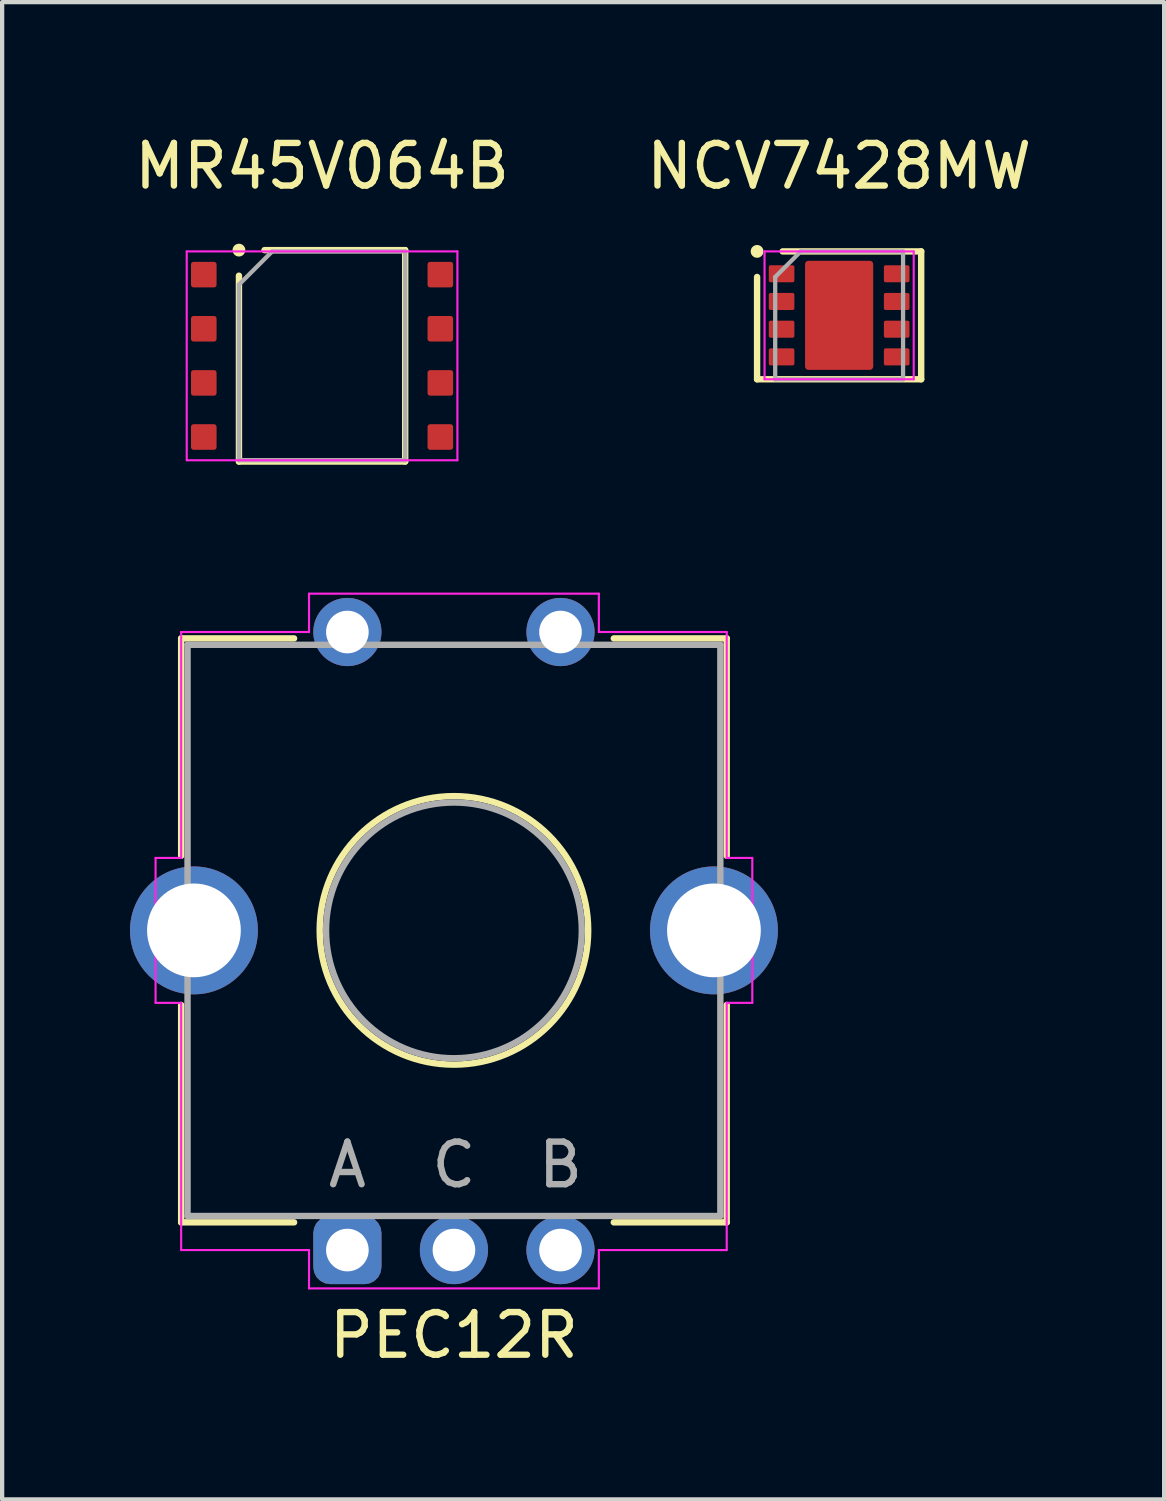
<source format=kicad_pcb>
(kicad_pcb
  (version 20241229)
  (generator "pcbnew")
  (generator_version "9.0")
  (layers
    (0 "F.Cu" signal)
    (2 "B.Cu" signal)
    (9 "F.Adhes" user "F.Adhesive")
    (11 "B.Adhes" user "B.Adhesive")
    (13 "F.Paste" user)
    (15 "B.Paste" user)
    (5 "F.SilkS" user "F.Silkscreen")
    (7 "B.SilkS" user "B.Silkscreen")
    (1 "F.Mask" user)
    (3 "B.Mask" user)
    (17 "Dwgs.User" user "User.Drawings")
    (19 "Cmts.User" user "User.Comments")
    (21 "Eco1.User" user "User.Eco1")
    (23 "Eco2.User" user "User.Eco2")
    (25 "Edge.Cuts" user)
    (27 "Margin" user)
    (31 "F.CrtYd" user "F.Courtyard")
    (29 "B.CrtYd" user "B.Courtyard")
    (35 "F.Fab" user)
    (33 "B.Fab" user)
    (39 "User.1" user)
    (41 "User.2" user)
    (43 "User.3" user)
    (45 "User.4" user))
  (footprint "NCV7428MW"
    (layer "F.Cu")
    (at 16.637 4.348)
    (property "Reference" "NCV7428MW" (at 0 -3.5 0) (layer "F.SilkS") (effects (font (size 1 1) (thickness 0.15))))
    (attr through_hole)
    (fp_line (start -1.925 -1.5) (end -1.925 -1.5) (stroke (width 0.3) (type solid)) (layer "F.SilkS"))
    (fp_line (start -1.925 1.5) (end -1.925 -0.9) (stroke (width 0.15) (type solid)) (layer "F.SilkS"))
    (fp_line (start -1.325 -1.5) (end 1.925 -1.5) (stroke (width 0.15) (type solid)) (layer "F.SilkS"))
    (fp_line (start 1.925 -1.5) (end 1.925 1.5) (stroke (width 0.15) (type solid)) (layer "F.SilkS"))
    (fp_line (start 1.925 1.5) (end -1.925 1.5) (stroke (width 0.15) (type solid)) (layer "F.SilkS"))
    (fp_line (start -1.75 -1.5) (end 1.75 -1.5) (stroke (width 0.05) (type solid)) (layer "F.CrtYd"))
    (fp_line (start -1.75 1.5) (end -1.75 -1.5) (stroke (width 0.05) (type solid)) (layer "F.CrtYd"))
    (fp_line (start 1.75 -1.5) (end 1.75 1.5) (stroke (width 0.05) (type solid)) (layer "F.CrtYd"))
    (fp_line (start 1.75 1.5) (end -1.75 1.5) (stroke (width 0.05) (type solid)) (layer "F.CrtYd"))
    (fp_line (start -1.5 -0.9) (end -0.9 -1.5) (stroke (width 0.1) (type solid)) (layer "F.Fab"))
    (fp_line (start -1.5 1.5) (end -1.5 -0.9) (stroke (width 0.1) (type solid)) (layer "F.Fab"))
    (fp_line (start -0.9 -1.5) (end 1.5 -1.5) (stroke (width 0.1) (type solid)) (layer "F.Fab"))
    (fp_line (start 1.5 -1.5) (end 1.5 1.5) (stroke (width 0.1) (type solid)) (layer "F.Fab"))
    (fp_line (start 1.5 1.5) (end -1.5 1.5) (stroke (width 0.1) (type solid)) (layer "F.Fab"))
    (pad "" smd roundrect (at 0 -0.64) (size 1.3 0.98) (layers "F.Paste") (roundrect_rratio 0.25))
    (pad "" smd roundrect (at 0 0.64) (size 1.3 0.98) (layers "F.Paste") (roundrect_rratio 0.25))
    (pad "1" smd roundrect (at -1.35 -0.975) (size 0.6 0.4) (layers "F.Cu" "F.Mask" "F.Paste") (roundrect_rratio 0.1))
    (pad "2" smd roundrect (at -1.35 -0.325) (size 0.6 0.4) (layers "F.Cu" "F.Mask" "F.Paste") (roundrect_rratio 0.1))
    (pad "3" smd roundrect (at -1.35 0.325) (size 0.6 0.4) (layers "F.Cu" "F.Mask" "F.Paste") (roundrect_rratio 0.1))
    (pad "4" smd roundrect (at -1.35 0.975) (size 0.6 0.4) (layers "F.Cu" "F.Mask" "F.Paste") (roundrect_rratio 0.1))
    (pad "5" smd roundrect (at 1.35 0.975) (size 0.6 0.4) (layers "F.Cu" "F.Mask" "F.Paste") (roundrect_rratio 0.1))
    (pad "6" smd roundrect (at 1.35 0.325) (size 0.6 0.4) (layers "F.Cu" "F.Mask" "F.Paste") (roundrect_rratio 0.1))
    (pad "7" smd roundrect (at 1.35 -0.325) (size 0.6 0.4) (layers "F.Cu" "F.Mask" "F.Paste") (roundrect_rratio 0.1))
    (pad "8" smd roundrect (at 1.35 -0.975) (size 0.6 0.4) (layers "F.Cu" "F.Mask" "F.Paste") (roundrect_rratio 0.1))
    (pad "9" smd roundrect (at 0 0) (size 1.6 2.56) (layers "F.Cu" "F.Mask") (roundrect_rratio 0.05)))
  (footprint "MR45V064B"
    (layer "F.Cu")
    (at 4.506 5.298)
    (property "Reference" "MR45V064B" (at 0 -4.45 0) (layer "F.SilkS") (effects (font (size 1 1) (thickness 0.15))))
    (attr through_hole)
    (fp_line (start -1.95 -2.48) (end -1.95 -2.48) (stroke (width 0.3) (type solid)) (layer "F.SilkS"))
    (fp_line (start -1.95 2.48) (end -1.95 -1.88) (stroke (width 0.15) (type solid)) (layer "F.SilkS"))
    (fp_line (start -1.35 -2.48) (end 1.95 -2.48) (stroke (width 0.15) (type solid)) (layer "F.SilkS"))
    (fp_line (start 1.95 -2.48) (end 1.95 2.48) (stroke (width 0.15) (type solid)) (layer "F.SilkS"))
    (fp_line (start 1.95 2.48) (end -1.95 2.48) (stroke (width 0.15) (type solid)) (layer "F.SilkS"))
    (fp_line (start -3.175 -2.45) (end 3.175 -2.45) (stroke (width 0.05) (type solid)) (layer "F.CrtYd"))
    (fp_line (start -3.175 2.45) (end -3.175 -2.45) (stroke (width 0.05) (type solid)) (layer "F.CrtYd"))
    (fp_line (start 3.175 -2.45) (end 3.175 2.45) (stroke (width 0.05) (type solid)) (layer "F.CrtYd"))
    (fp_line (start 3.175 2.45) (end -3.175 2.45) (stroke (width 0.05) (type solid)) (layer "F.CrtYd"))
    (fp_line (start -1.95 -1.67) (end -1.17 -2.45) (stroke (width 0.1) (type solid)) (layer "F.Fab"))
    (fp_line (start -1.95 2.45) (end -1.95 -1.67) (stroke (width 0.1) (type solid)) (layer "F.Fab"))
    (fp_line (start -1.17 -2.45) (end 1.95 -2.45) (stroke (width 0.1) (type solid)) (layer "F.Fab"))
    (fp_line (start 1.95 -2.45) (end 1.95 2.45) (stroke (width 0.1) (type solid)) (layer "F.Fab"))
    (fp_line (start 1.95 2.45) (end -1.95 2.45) (stroke (width 0.1) (type solid)) (layer "F.Fab"))
    (pad "1" smd roundrect (at -2.775 -1.905) (size 0.6 0.6) (layers "F.Cu" "F.Mask" "F.Paste") (roundrect_rratio 0.1))
    (pad "2" smd roundrect (at -2.775 -0.635) (size 0.6 0.6) (layers "F.Cu" "F.Mask" "F.Paste") (roundrect_rratio 0.1))
    (pad "3" smd roundrect (at -2.775 0.635) (size 0.6 0.6) (layers "F.Cu" "F.Mask" "F.Paste") (roundrect_rratio 0.1))
    (pad "4" smd roundrect (at -2.775 1.905) (size 0.6 0.6) (layers "F.Cu" "F.Mask" "F.Paste") (roundrect_rratio 0.1))
    (pad "5" smd roundrect (at 2.775 1.905) (size 0.6 0.6) (layers "F.Cu" "F.Mask" "F.Paste") (roundrect_rratio 0.1))
    (pad "6" smd roundrect (at 2.775 0.635) (size 0.6 0.6) (layers "F.Cu" "F.Mask" "F.Paste") (roundrect_rratio 0.1))
    (pad "7" smd roundrect (at 2.775 -0.635) (size 0.6 0.6) (layers "F.Cu" "F.Mask" "F.Paste") (roundrect_rratio 0.1))
    (pad "8" smd roundrect (at 2.775 -1.905) (size 0.6 0.6) (layers "F.Cu" "F.Mask" "F.Paste") (roundrect_rratio 0.1)))
  (footprint "PEC12R"
    (layer "F.Cu")
    (at 7.6 18.778)
    (property "Reference" "PEC12R" (at 0 9.5 0) (layer "F.SilkS") (effects (font (size 1 1) (thickness 0.15))))
    (attr through_hole)
    (fp_line (start -6.4 -6.85) (end -6.4 -1.75) (stroke (width 0.15) (type solid)) (layer "F.SilkS"))
    (fp_line (start -6.4 1.75) (end -6.4 6.85) (stroke (width 0.15) (type solid)) (layer "F.SilkS"))
    (fp_line (start -6.4 6.85) (end -3.75 6.85) (stroke (width 0.15) (type solid)) (layer "F.SilkS"))
    (fp_line (start -3.75 -6.85) (end -6.4 -6.85) (stroke (width 0.15) (type solid)) (layer "F.SilkS"))
    (fp_line (start 3.75 6.85) (end 6.4 6.85) (stroke (width 0.15) (type solid)) (layer "F.SilkS"))
    (fp_line (start 6.4 -6.85) (end 3.75 -6.85) (stroke (width 0.15) (type solid)) (layer "F.SilkS"))
    (fp_line (start 6.4 -1.75) (end 6.4 -6.85) (stroke (width 0.15) (type solid)) (layer "F.SilkS"))
    (fp_line (start 6.4 6.85) (end 6.4 1.75) (stroke (width 0.15) (type solid)) (layer "F.SilkS"))
    (fp_circle (center 0 0) (end 3.15 0) (stroke (width 0.15) (type solid)) (fill no) (layer "F.SilkS"))
    (fp_line (start -7 -1.7) (end -7 1.7) (stroke (width 0.05) (type solid)) (layer "F.CrtYd"))
    (fp_line (start -7 1.7) (end -6.4 1.7) (stroke (width 0.05) (type solid)) (layer "F.CrtYd"))
    (fp_line (start -6.4 -7) (end -6.4 -1.7) (stroke (width 0.05) (type solid)) (layer "F.CrtYd"))
    (fp_line (start -6.4 -1.7) (end -7 -1.7) (stroke (width 0.05) (type solid)) (layer "F.CrtYd"))
    (fp_line (start -6.4 1.7) (end -6.4 7.5) (stroke (width 0.05) (type solid)) (layer "F.CrtYd"))
    (fp_line (start -6.4 7.5) (end -3.4 7.5) (stroke (width 0.05) (type solid)) (layer "F.CrtYd"))
    (fp_line (start -3.4 -7.9) (end -3.4 -7) (stroke (width 0.05) (type solid)) (layer "F.CrtYd"))
    (fp_line (start -3.4 -7) (end -6.4 -7) (stroke (width 0.05) (type solid)) (layer "F.CrtYd"))
    (fp_line (start -3.4 7.5) (end -3.4 8.4) (stroke (width 0.05) (type solid)) (layer "F.CrtYd"))
    (fp_line (start -3.4 8.4) (end 3.4 8.4) (stroke (width 0.05) (type solid)) (layer "F.CrtYd"))
    (fp_line (start 3.4 -7.9) (end -3.4 -7.9) (stroke (width 0.05) (type solid)) (layer "F.CrtYd"))
    (fp_line (start 3.4 -7) (end 3.4 -7.9) (stroke (width 0.05) (type solid)) (layer "F.CrtYd"))
    (fp_line (start 3.4 7.5) (end 6.4 7.5) (stroke (width 0.05) (type solid)) (layer "F.CrtYd"))
    (fp_line (start 3.4 8.4) (end 3.4 7.5) (stroke (width 0.05) (type solid)) (layer "F.CrtYd"))
    (fp_line (start 6.4 -7) (end 3.4 -7) (stroke (width 0.05) (type solid)) (layer "F.CrtYd"))
    (fp_line (start 6.4 -1.7) (end 6.4 -7) (stroke (width 0.05) (type solid)) (layer "F.CrtYd"))
    (fp_line (start 6.4 1.7) (end 7 1.7) (stroke (width 0.05) (type solid)) (layer "F.CrtYd"))
    (fp_line (start 6.4 7.5) (end 6.4 1.7) (stroke (width 0.05) (type solid)) (layer "F.CrtYd"))
    (fp_line (start 7 -1.7) (end 6.4 -1.7) (stroke (width 0.05) (type solid)) (layer "F.CrtYd"))
    (fp_line (start 7 1.7) (end 7 -1.7) (stroke (width 0.05) (type solid)) (layer "F.CrtYd"))
    (fp_line (start -6.25 -6.7) (end 6.25 -6.7) (stroke (width 0.15) (type solid)) (layer "F.Fab"))
    (fp_line (start -6.25 6.7) (end -6.25 -6.7) (stroke (width 0.15) (type solid)) (layer "F.Fab"))
    (fp_line (start 6.25 -6.7) (end 6.25 6.7) (stroke (width 0.15) (type solid)) (layer "F.Fab"))
    (fp_line (start 6.25 6.7) (end -6.25 6.7) (stroke (width 0.15) (type solid)) (layer "F.Fab"))
    (fp_circle (center 0 0) (end 3 0) (stroke (width 0.15) (type solid)) (fill no) (layer "F.Fab"))
    (fp_text user "A" (at -2.5 5.5 0) (layer "F.Fab") (effects (font (size 1 1) (thickness 0.15))))
    (fp_text user "B" (at 2.5 5.5 0) (layer "F.Fab") (effects (font (size 1 1) (thickness 0.15))))
    (fp_text user "C" (at 0 5.5 0) (layer "F.Fab") (effects (font (size 1 1) (thickness 0.15))))
    (pad "1" thru_hole roundrect (at -2.5 7.5) (size 1.6 1.6) (drill 1) (layers "*.Cu" "*.Mask") (roundrect_rratio 0.25))
    (pad "2" thru_hole circle (at 0 7.5) (size 1.6 1.6) (drill 1) (layers "*.Cu" "*.Mask"))
    (pad "3" thru_hole circle (at 2.5 7.5) (size 1.6 1.6) (drill 1) (layers "*.Cu" "*.Mask"))
    (pad "4" thru_hole circle (at -2.5 -7) (size 1.6 1.6) (drill 1) (layers "*.Cu" "*.Mask"))
    (pad "5" thru_hole circle (at 2.5 -7) (size 1.6 1.6) (drill 1) (layers "*.Cu" "*.Mask"))
    (pad "6" thru_hole circle (at -6.1 0) (size 3 3) (drill 2.2) (layers "*.Cu" "*.Mask"))
    (pad "6" thru_hole circle (at 6.1 0) (size 3 3) (drill 2.2) (layers "*.Cu" "*.Mask")))
  (gr_rect
    (start -3 -3)
    (end 24.262 32.127)
    (stroke (width 0.1) (type default))
    (fill no)
    (layer "Edge.Cuts")))
</source>
